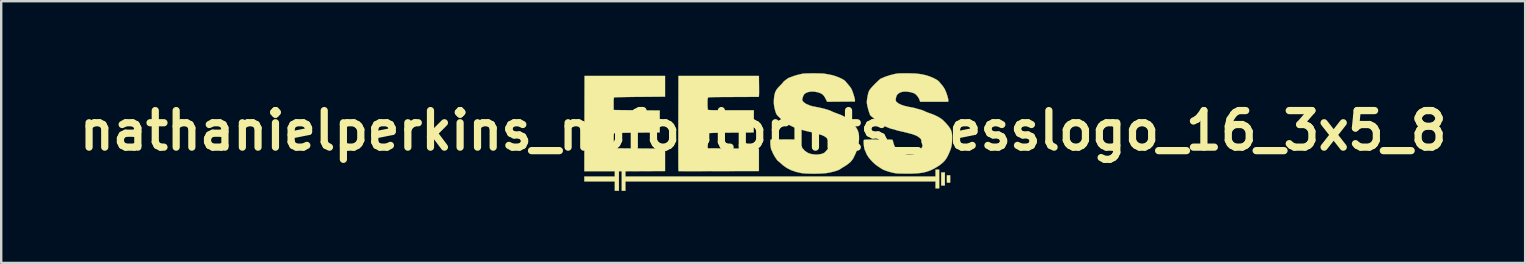
<source format=kicad_pcb>
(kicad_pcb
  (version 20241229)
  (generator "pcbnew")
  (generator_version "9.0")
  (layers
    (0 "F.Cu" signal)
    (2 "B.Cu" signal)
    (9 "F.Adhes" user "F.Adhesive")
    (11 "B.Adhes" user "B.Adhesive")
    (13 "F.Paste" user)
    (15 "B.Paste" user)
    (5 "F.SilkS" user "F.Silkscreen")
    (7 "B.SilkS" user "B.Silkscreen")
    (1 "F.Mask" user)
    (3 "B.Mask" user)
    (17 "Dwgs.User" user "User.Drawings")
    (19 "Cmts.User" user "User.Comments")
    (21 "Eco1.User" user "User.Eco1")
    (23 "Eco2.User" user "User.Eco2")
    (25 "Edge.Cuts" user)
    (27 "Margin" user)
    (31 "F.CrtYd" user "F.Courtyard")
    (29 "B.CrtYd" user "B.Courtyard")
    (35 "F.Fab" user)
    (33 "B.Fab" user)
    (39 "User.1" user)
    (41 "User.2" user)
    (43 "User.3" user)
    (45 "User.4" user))
  (footprint "nathanielperkins_npfootprints_eesslogo_16_3x5_8"
    (layer "F.Cu")
    (at 28.746 2.391)
    (property "Reference" "nathanielperkins_npfootprints_eesslogo_16_3x5_8" (at 0 0 0) (layer "F.SilkS") (effects (font (size 1.524 1.524) (thickness 0.3))))
    (attr through_hole)
    (fp_poly (pts (xy 7.569 2.286) (xy 7.417 2.286) (xy 7.417 1.744) (xy 7.569 1.744) (xy 7.569 2.286)) (stroke (width 0.01) (type solid)) (fill yes) (layer "F.SilkS"))
    (fp_poly (pts (xy 7.789 2.167) (xy 7.654 2.167) (xy 7.654 1.863) (xy 7.789 1.863) (xy 7.789 2.167)) (stroke (width 0.01) (type solid)) (fill yes) (layer "F.SilkS"))
    (fp_poly (pts (xy -4.089 -1.414) (xy -5.139 -1.405) (xy -5.325 -1.404) (xy -5.501 -1.402) (xy -5.664 -1.399) (xy -5.812 -1.397) (xy -5.941 -1.394) (xy -6.048 -1.392) (xy -6.13 -1.389) (xy -6.185 -1.386) (xy -6.21 -1.384) (xy -6.21 -1.383) (xy -6.219 -1.366) (xy -6.226 -1.327) (xy -6.23 -1.262) (xy -6.231 -1.168) (xy -6.231 -1.117) (xy -6.231 -1.028) (xy -6.23 -0.952) (xy -6.229 -0.896) (xy -6.228 -0.864) (xy -6.227 -0.86) (xy -6.21 -0.859) (xy -6.162 -0.858) (xy -6.086 -0.856) (xy -5.985 -0.855) (xy -5.863 -0.853) (xy -5.722 -0.852) (xy -5.565 -0.85) (xy -5.396 -0.848) (xy -5.266 -0.847) (xy -4.31 -0.838) (xy -4.31 0.076) (xy -5.253 0.085) (xy -5.487 0.087) (xy -5.688 0.09) (xy -5.856 0.093) (xy -5.991 0.096) (xy -6.094 0.1) (xy -6.165 0.104) (xy -6.205 0.108) (xy -6.214 0.111) (xy -6.221 0.137) (xy -6.226 0.195) (xy -6.228 0.286) (xy -6.228 0.408) (xy -6.228 0.433) (xy -6.223 0.737) (xy -5.156 0.745) (xy -4.089 0.754) (xy -4.089 1.685) (xy -4.915 1.689) (xy -5.74 1.694) (xy -5.74 1.913) (xy 7.18 1.913) (xy 7.18 1.626) (xy 7.332 1.626) (xy 7.332 2.405) (xy 7.18 2.405) (xy 7.18 2.117) (xy -5.74 2.117) (xy -5.74 2.506) (xy -5.893 2.506) (xy -5.893 1.693) (xy -6.011 1.693) (xy -6.011 2.506) (xy -6.181 2.506) (xy -6.181 2.117) (xy -7.451 2.117) (xy -7.451 1.913) (xy -6.181 1.913) (xy -6.181 1.693) (xy -7.451 1.693) (xy -7.447 -0.292) (xy -7.442 -2.278) (xy -4.089 -2.278) (xy -4.089 -1.414)) (stroke (width 0.01) (type solid)) (fill yes) (layer "F.SilkS"))
    (fp_poly (pts (xy -0.173 -1.841) (xy -0.172 -1.703) (xy -0.172 -1.596) (xy -0.173 -1.516) (xy -0.176 -1.46) (xy -0.18 -1.425) (xy -0.186 -1.408) (xy -0.19 -1.405) (xy -0.211 -1.405) (xy -0.262 -1.405) (xy -0.341 -1.405) (xy -0.445 -1.405) (xy -0.571 -1.404) (xy -0.716 -1.403) (xy -0.877 -1.403) (xy -1.051 -1.402) (xy -1.235 -1.401) (xy -1.249 -1.401) (xy -1.466 -1.4) (xy -1.65 -1.399) (xy -1.806 -1.398) (xy -1.935 -1.397) (xy -2.04 -1.395) (xy -2.123 -1.393) (xy -2.187 -1.39) (xy -2.235 -1.387) (xy -2.268 -1.384) (xy -2.288 -1.38) (xy -2.3 -1.375) (xy -2.303 -1.372) (xy -2.311 -1.343) (xy -2.316 -1.29) (xy -2.319 -1.219) (xy -2.32 -1.139) (xy -2.319 -1.057) (xy -2.316 -0.981) (xy -2.311 -0.919) (xy -2.304 -0.878) (xy -2.3 -0.867) (xy -2.286 -0.862) (xy -2.255 -0.858) (xy -2.204 -0.855) (xy -2.132 -0.852) (xy -2.035 -0.85) (xy -1.913 -0.849) (xy -1.764 -0.848) (xy -1.585 -0.847) (xy -1.374 -0.847) (xy -1.334 -0.847) (xy -0.389 -0.847) (xy -0.393 -0.385) (xy -0.398 0.076) (xy -1.341 0.085) (xy -1.576 0.087) (xy -1.776 0.09) (xy -1.944 0.093) (xy -2.08 0.096) (xy -2.183 0.1) (xy -2.254 0.104) (xy -2.293 0.108) (xy -2.302 0.111) (xy -2.31 0.137) (xy -2.315 0.195) (xy -2.317 0.286) (xy -2.316 0.408) (xy -2.316 0.433) (xy -2.311 0.737) (xy -1.245 0.745) (xy -0.178 0.754) (xy -0.178 1.685) (xy -3.521 1.693) (xy -3.531 1.655) (xy -3.532 1.634) (xy -3.533 1.58) (xy -3.534 1.497) (xy -3.535 1.387) (xy -3.535 1.252) (xy -3.536 1.093) (xy -3.536 0.914) (xy -3.536 0.716) (xy -3.536 0.502) (xy -3.536 0.273) (xy -3.536 0.032) (xy -3.535 -0.219) (xy -3.535 -0.33) (xy -3.531 -2.278) (xy -0.178 -2.278) (xy -0.173 -1.841)) (stroke (width 0.01) (type solid)) (fill yes) (layer "F.SilkS"))
    (fp_poly (pts (xy 5.972 -2.386) (xy 6.107 -2.385) (xy 6.216 -2.383) (xy 6.306 -2.38) (xy 6.385 -2.374) (xy 6.459 -2.366) (xy 6.538 -2.355) (xy 6.627 -2.34) (xy 6.638 -2.338) (xy 6.755 -2.312) (xy 6.877 -2.276) (xy 6.996 -2.232) (xy 7.108 -2.183) (xy 7.205 -2.132) (xy 7.282 -2.082) (xy 7.334 -2.034) (xy 7.342 -2.023) (xy 7.367 -1.991) (xy 7.405 -1.946) (xy 7.439 -1.907) (xy 7.487 -1.847) (xy 7.536 -1.775) (xy 7.566 -1.722) (xy 7.598 -1.652) (xy 7.631 -1.569) (xy 7.661 -1.482) (xy 7.686 -1.398) (xy 7.705 -1.325) (xy 7.714 -1.269) (xy 7.714 -1.242) (xy 7.704 -1.202) (xy 7.12 -1.202) (xy 6.537 -1.202) (xy 6.526 -1.247) (xy 6.493 -1.331) (xy 6.44 -1.417) (xy 6.377 -1.491) (xy 6.326 -1.533) (xy 6.249 -1.57) (xy 6.15 -1.599) (xy 6.04 -1.618) (xy 5.93 -1.627) (xy 5.83 -1.622) (xy 5.765 -1.608) (xy 5.672 -1.57) (xy 5.607 -1.524) (xy 5.564 -1.466) (xy 5.546 -1.42) (xy 5.525 -1.334) (xy 5.521 -1.27) (xy 5.535 -1.222) (xy 5.568 -1.182) (xy 5.573 -1.178) (xy 5.653 -1.122) (xy 5.751 -1.075) (xy 5.874 -1.034) (xy 6.024 -0.997) (xy 6.113 -0.98) (xy 6.19 -0.966) (xy 6.255 -0.953) (xy 6.3 -0.944) (xy 6.318 -0.939) (xy 6.337 -0.932) (xy 6.382 -0.919) (xy 6.445 -0.902) (xy 6.495 -0.889) (xy 6.574 -0.866) (xy 6.65 -0.841) (xy 6.709 -0.817) (xy 6.73 -0.806) (xy 6.776 -0.783) (xy 6.844 -0.756) (xy 6.922 -0.727) (xy 6.968 -0.712) (xy 7.075 -0.673) (xy 7.189 -0.623) (xy 7.299 -0.567) (xy 7.393 -0.51) (xy 7.438 -0.478) (xy 7.496 -0.428) (xy 7.565 -0.36) (xy 7.636 -0.284) (xy 7.701 -0.209) (xy 7.738 -0.162) (xy 7.79 -0.084) (xy 7.828 -0.008) (xy 7.853 0.074) (xy 7.867 0.167) (xy 7.871 0.281) (xy 7.869 0.381) (xy 7.864 0.494) (xy 7.854 0.591) (xy 7.837 0.68) (xy 7.811 0.769) (xy 7.774 0.868) (xy 7.723 0.984) (xy 7.699 1.036) (xy 7.638 1.15) (xy 7.565 1.25) (xy 7.476 1.341) (xy 7.364 1.43) (xy 7.247 1.508) (xy 7.113 1.586) (xy 6.982 1.65) (xy 6.85 1.7) (xy 6.712 1.738) (xy 6.561 1.765) (xy 6.393 1.782) (xy 6.203 1.791) (xy 5.997 1.792) (xy 5.883 1.791) (xy 5.778 1.79) (xy 5.688 1.788) (xy 5.617 1.786) (xy 5.573 1.784) (xy 5.563 1.783) (xy 5.453 1.765) (xy 5.336 1.739) (xy 5.218 1.706) (xy 5.109 1.67) (xy 5.016 1.633) (xy 4.947 1.598) (xy 4.941 1.594) (xy 4.885 1.557) (xy 4.819 1.514) (xy 4.775 1.485) (xy 4.671 1.409) (xy 4.569 1.316) (xy 4.473 1.215) (xy 4.39 1.111) (xy 4.325 1.011) (xy 4.284 0.921) (xy 4.283 0.917) (xy 4.265 0.871) (xy 4.248 0.837) (xy 4.246 0.834) (xy 4.229 0.798) (xy 4.214 0.738) (xy 4.201 0.664) (xy 4.191 0.585) (xy 4.186 0.509) (xy 4.186 0.445) (xy 4.192 0.402) (xy 4.196 0.393) (xy 4.208 0.387) (xy 4.235 0.382) (xy 4.281 0.379) (xy 4.349 0.376) (xy 4.44 0.374) (xy 4.559 0.372) (xy 4.708 0.372) (xy 4.792 0.371) (xy 4.929 0.372) (xy 5.055 0.373) (xy 5.167 0.374) (xy 5.26 0.376) (xy 5.33 0.379) (xy 5.373 0.382) (xy 5.386 0.384) (xy 5.396 0.408) (xy 5.409 0.452) (xy 5.416 0.483) (xy 5.461 0.625) (xy 5.533 0.747) (xy 5.629 0.847) (xy 5.746 0.924) (xy 5.882 0.974) (xy 6.035 0.998) (xy 6.086 0.999) (xy 6.215 0.993) (xy 6.318 0.974) (xy 6.403 0.939) (xy 6.476 0.884) (xy 6.544 0.808) (xy 6.554 0.795) (xy 6.608 0.712) (xy 6.638 0.64) (xy 6.644 0.568) (xy 6.63 0.484) (xy 6.62 0.451) (xy 6.576 0.363) (xy 6.5 0.285) (xy 6.394 0.217) (xy 6.258 0.162) (xy 6.179 0.138) (xy 6.08 0.112) (xy 6.002 0.092) (xy 5.936 0.075) (xy 5.869 0.059) (xy 5.792 0.041) (xy 5.723 0.026) (xy 5.644 0.007) (xy 5.575 -0.011) (xy 5.524 -0.025) (xy 5.5 -0.034) (xy 5.465 -0.047) (xy 5.414 -0.059) (xy 5.398 -0.062) (xy 5.333 -0.078) (xy 5.249 -0.107) (xy 5.154 -0.146) (xy 5.059 -0.189) (xy 4.974 -0.234) (xy 4.952 -0.247) (xy 4.902 -0.276) (xy 4.864 -0.297) (xy 4.847 -0.305) (xy 4.83 -0.316) (xy 4.793 -0.344) (xy 4.743 -0.387) (xy 4.685 -0.438) (xy 4.625 -0.493) (xy 4.583 -0.531) (xy 4.539 -0.571) (xy 4.505 -0.599) (xy 4.488 -0.61) (xy 4.471 -0.625) (xy 4.449 -0.667) (xy 4.425 -0.73) (xy 4.399 -0.807) (xy 4.374 -0.892) (xy 4.351 -0.978) (xy 4.334 -1.06) (xy 4.322 -1.13) (xy 4.319 -1.177) (xy 4.323 -1.26) (xy 4.336 -1.357) (xy 4.354 -1.458) (xy 4.375 -1.551) (xy 4.399 -1.625) (xy 4.408 -1.647) (xy 4.438 -1.699) (xy 4.488 -1.764) (xy 4.559 -1.844) (xy 4.651 -1.939) (xy 4.721 -2.008) (xy 4.785 -2.069) (xy 4.84 -2.119) (xy 4.879 -2.152) (xy 4.894 -2.162) (xy 5.084 -2.244) (xy 5.288 -2.31) (xy 5.388 -2.335) (xy 5.46 -2.353) (xy 5.52 -2.366) (xy 5.575 -2.375) (xy 5.631 -2.381) (xy 5.696 -2.384) (xy 5.776 -2.386) (xy 5.878 -2.386) (xy 5.972 -2.386)) (stroke (width 0.01) (type solid)) (fill yes) (layer "F.SilkS"))
    (fp_poly (pts (xy 2.269 -2.384) (xy 2.371 -2.382) (xy 2.458 -2.379) (xy 2.523 -2.374) (xy 2.548 -2.371) (xy 2.665 -2.351) (xy 2.755 -2.335) (xy 2.828 -2.32) (xy 2.89 -2.305) (xy 2.95 -2.288) (xy 2.985 -2.277) (xy 3.117 -2.23) (xy 3.234 -2.18) (xy 3.33 -2.129) (xy 3.401 -2.08) (xy 3.443 -2.036) (xy 3.46 -2.014) (xy 3.493 -1.974) (xy 3.535 -1.925) (xy 3.541 -1.918) (xy 3.59 -1.859) (xy 3.636 -1.799) (xy 3.668 -1.751) (xy 3.692 -1.702) (xy 3.72 -1.632) (xy 3.749 -1.551) (xy 3.776 -1.466) (xy 3.799 -1.386) (xy 3.816 -1.317) (xy 3.824 -1.269) (xy 3.824 -1.256) (xy 3.818 -1.211) (xy 2.663 -1.202) (xy 2.616 -1.299) (xy 2.563 -1.399) (xy 2.51 -1.471) (xy 2.451 -1.524) (xy 2.376 -1.563) (xy 2.278 -1.595) (xy 2.264 -1.599) (xy 2.137 -1.623) (xy 2.012 -1.627) (xy 1.898 -1.611) (xy 1.799 -1.579) (xy 1.723 -1.529) (xy 1.712 -1.518) (xy 1.685 -1.476) (xy 1.658 -1.414) (xy 1.637 -1.346) (xy 1.626 -1.287) (xy 1.626 -1.276) (xy 1.64 -1.239) (xy 1.677 -1.195) (xy 1.731 -1.15) (xy 1.794 -1.111) (xy 1.829 -1.095) (xy 1.887 -1.071) (xy 1.941 -1.048) (xy 1.956 -1.042) (xy 1.995 -1.03) (xy 2.057 -1.014) (xy 2.131 -0.999) (xy 2.167 -0.992) (xy 2.314 -0.963) (xy 2.454 -0.932) (xy 2.584 -0.899) (xy 2.697 -0.865) (xy 2.788 -0.834) (xy 2.851 -0.805) (xy 2.853 -0.804) (xy 2.9 -0.781) (xy 2.967 -0.753) (xy 3.044 -0.724) (xy 3.082 -0.711) (xy 3.28 -0.634) (xy 3.453 -0.54) (xy 3.607 -0.424) (xy 3.75 -0.282) (xy 3.789 -0.238) (xy 3.875 -0.125) (xy 3.936 -0.017) (xy 3.974 0.094) (xy 3.991 0.217) (xy 3.992 0.361) (xy 3.991 0.373) (xy 3.983 0.489) (xy 3.97 0.587) (xy 3.948 0.68) (xy 3.917 0.784) (xy 3.915 0.787) (xy 3.892 0.849) (xy 3.862 0.923) (xy 3.827 1.001) (xy 3.791 1.077) (xy 3.759 1.141) (xy 3.733 1.188) (xy 3.719 1.206) (xy 3.693 1.237) (xy 3.674 1.264) (xy 3.638 1.304) (xy 3.581 1.354) (xy 3.51 1.409) (xy 3.434 1.461) (xy 3.362 1.505) (xy 3.361 1.506) (xy 3.304 1.539) (xy 3.254 1.571) (xy 3.226 1.592) (xy 3.178 1.623) (xy 3.102 1.655) (xy 3.004 1.688) (xy 2.89 1.719) (xy 2.764 1.747) (xy 2.648 1.768) (xy 2.558 1.778) (xy 2.444 1.786) (xy 2.313 1.791) (xy 2.172 1.794) (xy 2.029 1.794) (xy 1.89 1.791) (xy 1.764 1.786) (xy 1.658 1.778) (xy 1.583 1.768) (xy 1.361 1.717) (xy 1.164 1.648) (xy 0.987 1.558) (xy 0.826 1.445) (xy 0.751 1.379) (xy 0.699 1.332) (xy 0.654 1.293) (xy 0.623 1.269) (xy 0.617 1.265) (xy 0.593 1.242) (xy 0.558 1.196) (xy 0.517 1.136) (xy 0.475 1.069) (xy 0.437 1.002) (xy 0.407 0.944) (xy 0.396 0.918) (xy 0.375 0.866) (xy 0.355 0.825) (xy 0.347 0.813) (xy 0.332 0.779) (xy 0.319 0.722) (xy 0.309 0.651) (xy 0.301 0.573) (xy 0.298 0.498) (xy 0.299 0.435) (xy 0.305 0.391) (xy 0.312 0.377) (xy 0.317 0.374) (xy 0.329 0.372) (xy 0.35 0.37) (xy 0.385 0.369) (xy 0.435 0.368) (xy 0.505 0.368) (xy 0.597 0.368) (xy 0.716 0.368) (xy 0.863 0.369) (xy 0.951 0.369) (xy 1.505 0.373) (xy 1.524 0.467) (xy 1.57 0.613) (xy 1.641 0.739) (xy 1.736 0.843) (xy 1.852 0.922) (xy 1.911 0.949) (xy 2.021 0.98) (xy 2.149 0.996) (xy 2.279 0.996) (xy 2.399 0.979) (xy 2.445 0.966) (xy 2.493 0.949) (xy 2.53 0.932) (xy 2.563 0.91) (xy 2.597 0.876) (xy 2.64 0.827) (xy 2.696 0.759) (xy 2.737 0.689) (xy 2.753 0.61) (xy 2.745 0.516) (xy 2.735 0.472) (xy 2.7 0.379) (xy 2.642 0.303) (xy 2.559 0.24) (xy 2.449 0.189) (xy 2.331 0.153) (xy 2.265 0.135) (xy 2.207 0.118) (xy 2.168 0.106) (xy 2.167 0.105) (xy 2.134 0.095) (xy 2.075 0.08) (xy 2.002 0.064) (xy 1.947 0.052) (xy 1.866 0.034) (xy 1.787 0.015) (xy 1.702 -0.007) (xy 1.604 -0.035) (xy 1.486 -0.069) (xy 1.397 -0.096) (xy 1.312 -0.126) (xy 1.211 -0.172) (xy 1.105 -0.225) (xy 1.005 -0.281) (xy 0.923 -0.335) (xy 0.91 -0.344) (xy 0.854 -0.389) (xy 0.786 -0.448) (xy 0.715 -0.512) (xy 0.682 -0.543) (xy 0.623 -0.601) (xy 0.583 -0.644) (xy 0.555 -0.684) (xy 0.534 -0.73) (xy 0.513 -0.791) (xy 0.501 -0.829) (xy 0.463 -0.978) (xy 0.445 -1.123) (xy 0.445 -1.277) (xy 0.455 -1.385) (xy 0.474 -1.506) (xy 0.503 -1.605) (xy 0.547 -1.692) (xy 0.611 -1.777) (xy 0.695 -1.865) (xy 0.749 -1.919) (xy 0.793 -1.966) (xy 0.821 -1.999) (xy 0.83 -2.013) (xy 0.842 -2.03) (xy 0.875 -2.06) (xy 0.921 -2.097) (xy 0.971 -2.135) (xy 1.018 -2.169) (xy 1.055 -2.191) (xy 1.067 -2.197) (xy 1.094 -2.206) (xy 1.143 -2.225) (xy 1.205 -2.248) (xy 1.219 -2.254) (xy 1.299 -2.282) (xy 1.385 -2.308) (xy 1.456 -2.327) (xy 1.526 -2.343) (xy 1.594 -2.359) (xy 1.634 -2.369) (xy 1.673 -2.375) (xy 1.739 -2.379) (xy 1.827 -2.382) (xy 1.93 -2.384) (xy 2.042 -2.385) (xy 2.157 -2.385) (xy 2.269 -2.384)) (stroke (width 0.01) (type solid)) (fill yes) (layer "F.SilkS")))
  (gr_rect
    (start -3 -3)
    (end 60.491 7.903)
    (stroke (width 0.1) (type default))
    (fill no)
    (layer "Edge.Cuts")))
</source>
